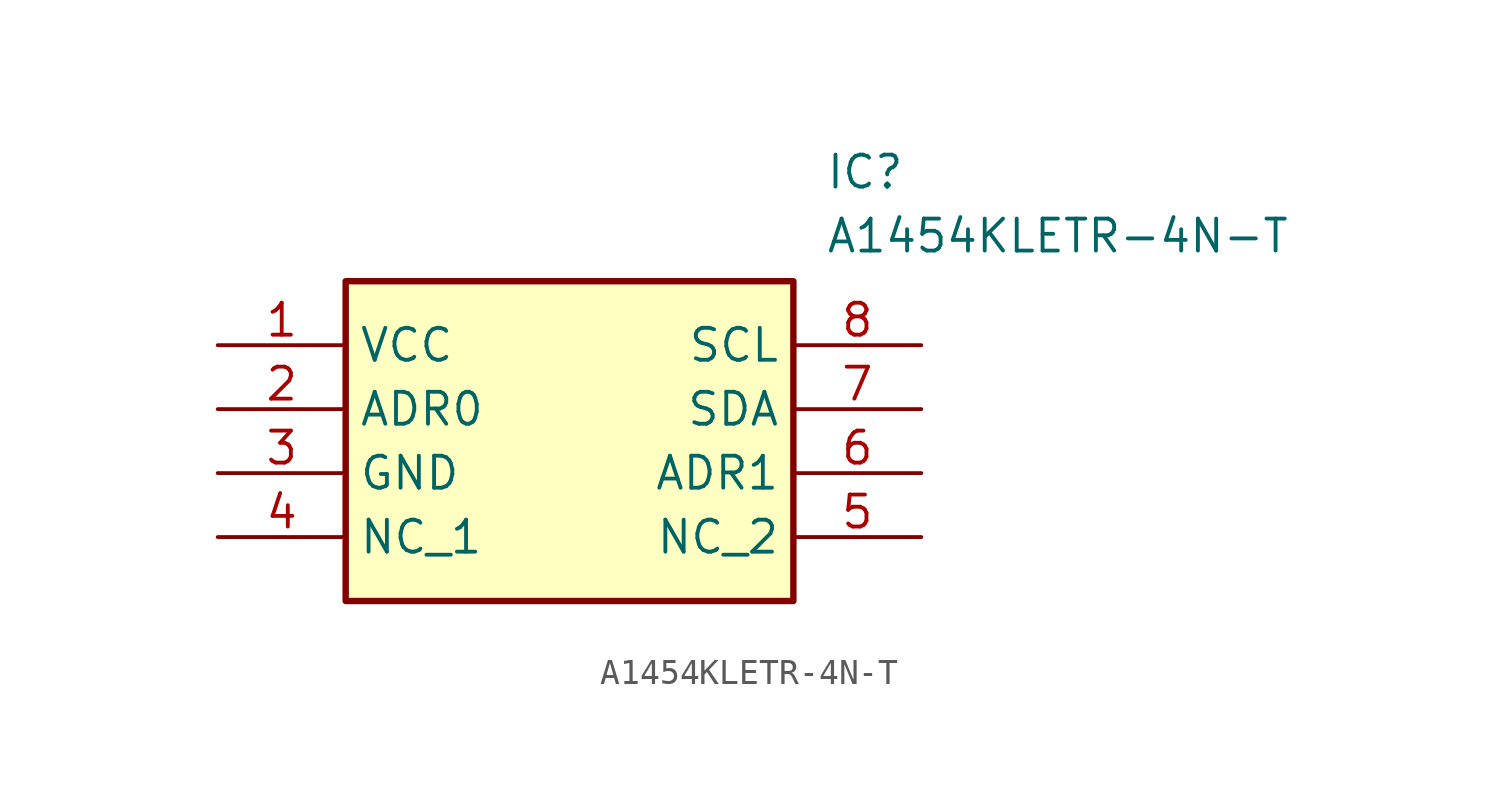
<source format=kicad_sym>
(kicad_symbol_lib
  (version 20211014)
  (generator SamacSys_ECAD_Model)
  (symbol "A1454KLETR-4N-T"
    (property "Reference" "IC"
      (at 24.13 7.62 0)
      (effects (font (size 1.27 1.27)) (justify left top)))
    (property "Value" "A1454KLETR-4N-T"
      (at 24.13 5.08 0)
      (effects (font (size 1.27 1.27)) (justify left top)))
    (rectangle
      (start 5.08 2.54)
      (end 22.86 -10.16)
      (stroke (width 0.254) (type default))
      (fill (type background)))
    (pin passive line
      (at 0 0 0)
      (length 5.08)
      (name "VCC" (effects (font (size 1.27 1.27))))
      (number "1" (effects (font (size 1.27 1.27)))))
    (pin passive line
      (at 0 -2.54 0)
      (length 5.08)
      (name "ADR0" (effects (font (size 1.27 1.27))))
      (number "2" (effects (font (size 1.27 1.27)))))
    (pin passive line
      (at 0 -5.08 0)
      (length 5.08)
      (name "GND" (effects (font (size 1.27 1.27))))
      (number "3" (effects (font (size 1.27 1.27)))))
    (pin passive line
      (at 0 -7.62 0)
      (length 5.08)
      (name "NC_1" (effects (font (size 1.27 1.27))))
      (number "4" (effects (font (size 1.27 1.27)))))
    (pin passive line
      (at 27.94 -7.62 180)
      (length 5.08)
      (name "NC_2" (effects (font (size 1.27 1.27))))
      (number "5" (effects (font (size 1.27 1.27)))))
    (pin passive line
      (at 27.94 -5.08 180)
      (length 5.08)
      (name "ADR1" (effects (font (size 1.27 1.27))))
      (number "6" (effects (font (size 1.27 1.27)))))
    (pin passive line
      (at 27.94 -2.54 180)
      (length 5.08)
      (name "SDA" (effects (font (size 1.27 1.27))))
      (number "7" (effects (font (size 1.27 1.27)))))
    (pin passive line
      (at 27.94 0 180)
      (length 5.08)
      (name "SCL" (effects (font (size 1.27 1.27))))
      (number "8" (effects (font (size 1.27 1.27)))))))
</source>
